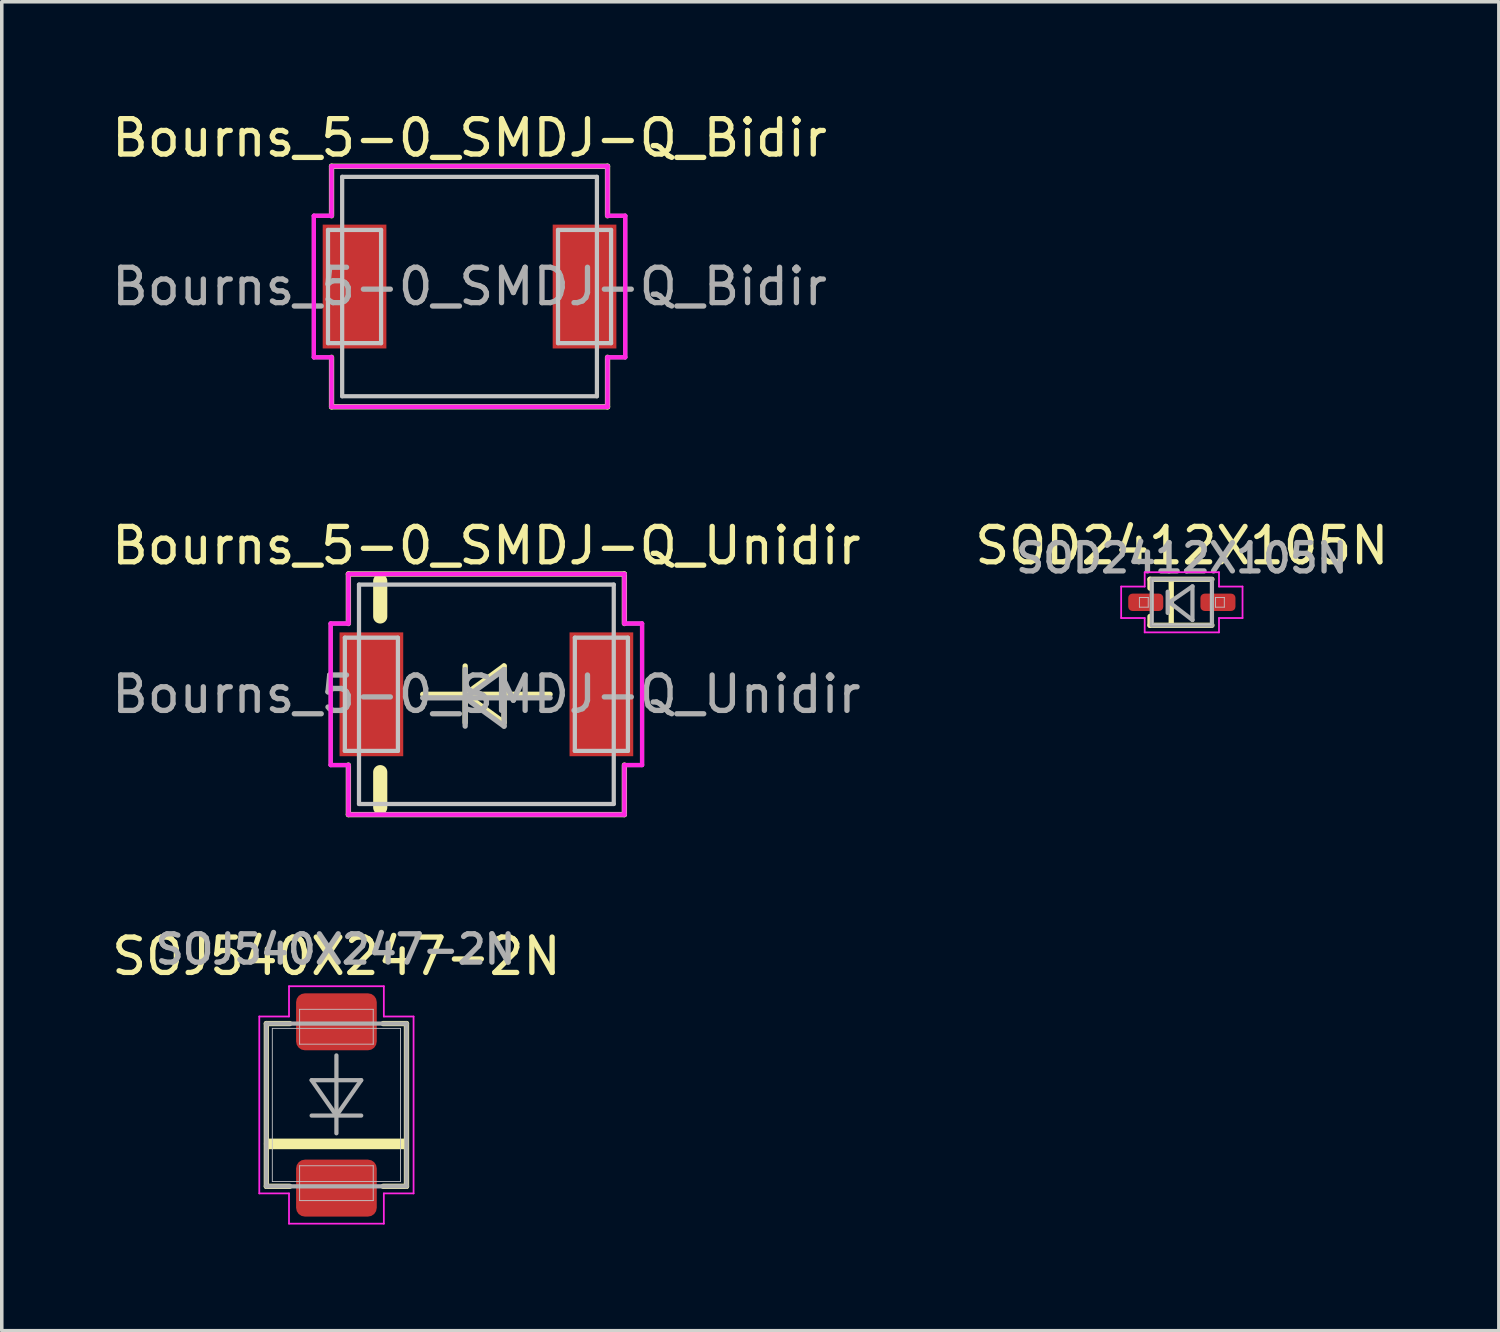
<source format=kicad_pcb>
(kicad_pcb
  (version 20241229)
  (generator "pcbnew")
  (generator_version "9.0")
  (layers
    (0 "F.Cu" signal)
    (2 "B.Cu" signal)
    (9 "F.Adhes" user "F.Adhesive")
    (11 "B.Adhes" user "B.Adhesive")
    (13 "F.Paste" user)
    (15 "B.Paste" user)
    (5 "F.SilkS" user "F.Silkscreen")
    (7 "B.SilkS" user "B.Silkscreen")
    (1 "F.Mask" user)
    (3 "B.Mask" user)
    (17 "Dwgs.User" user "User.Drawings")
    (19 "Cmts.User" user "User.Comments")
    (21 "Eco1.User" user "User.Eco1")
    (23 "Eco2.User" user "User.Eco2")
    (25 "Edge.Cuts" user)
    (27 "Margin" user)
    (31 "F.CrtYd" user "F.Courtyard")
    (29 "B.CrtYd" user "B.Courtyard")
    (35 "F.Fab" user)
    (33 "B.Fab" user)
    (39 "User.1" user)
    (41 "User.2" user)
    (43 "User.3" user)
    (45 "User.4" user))
  (footprint "SOD2412X105N"
    (layer "F.Cu")
    (at 30.351 13.972)
    (property "Reference" "SOD2412X105N" (at 0 -1.6 0) (layer "F.SilkS") (effects (font (size 1 1) (thickness 0.15))))
    (attr smd)
    (fp_line (start -0.9 -0.65) (end 0.85 -0.65) (stroke (width 0.15) (type solid)) (layer "F.SilkS"))
    (fp_line (start -0.9 -0.4) (end -0.9 -0.65) (stroke (width 0.15) (type solid)) (layer "F.SilkS"))
    (fp_line (start -0.9 0.65) (end -0.9 0.4) (stroke (width 0.15) (type solid)) (layer "F.SilkS"))
    (fp_line (start -0.3 -0.6) (end -0.3 0.6) (stroke (width 0.15) (type solid)) (layer "F.SilkS"))
    (fp_line (start 0.85 0.65) (end -0.9 0.65) (stroke (width 0.15) (type solid)) (layer "F.SilkS"))
    (fp_line (start -1.2 -0.138) (end -0.95 -0.138) (stroke (width 0.025) (type solid)) (layer "Dwgs.User"))
    (fp_line (start -1.2 0.138) (end -1.2 -0.138) (stroke (width 0.025) (type solid)) (layer "Dwgs.User"))
    (fp_line (start -0.95 -0.138) (end -0.95 0.138) (stroke (width 0.025) (type solid)) (layer "Dwgs.User"))
    (fp_line (start -0.95 0.138) (end -1.2 0.138) (stroke (width 0.025) (type solid)) (layer "Dwgs.User"))
    (fp_line (start -0.825 -0.625) (end 0.825 -0.625) (stroke (width 0.025) (type solid)) (layer "Dwgs.User"))
    (fp_line (start -0.825 0.625) (end -0.825 -0.625) (stroke (width 0.025) (type solid)) (layer "Dwgs.User"))
    (fp_line (start 0.825 -0.625) (end 0.825 0.625) (stroke (width 0.025) (type solid)) (layer "Dwgs.User"))
    (fp_line (start 0.825 0.625) (end -0.825 0.625) (stroke (width 0.025) (type solid)) (layer "Dwgs.User"))
    (fp_line (start 0.95 -0.138) (end 1.2 -0.138) (stroke (width 0.025) (type solid)) (layer "Dwgs.User"))
    (fp_line (start 0.95 0.138) (end 0.95 -0.138) (stroke (width 0.025) (type solid)) (layer "Dwgs.User"))
    (fp_line (start 1.2 -0.138) (end 1.2 0.138) (stroke (width 0.025) (type solid)) (layer "Dwgs.User"))
    (fp_line (start 1.2 0.138) (end 0.95 0.138) (stroke (width 0.025) (type solid)) (layer "Dwgs.User"))
    (fp_line (start -1.715 -0.445) (end -1.715 0.445) (stroke (width 0.05) (type solid)) (layer "F.CrtYd"))
    (fp_line (start -1.715 0.445) (end -1.05 0.445) (stroke (width 0.05) (type solid)) (layer "F.CrtYd"))
    (fp_line (start -1.05 -0.85) (end -1.05 -0.445) (stroke (width 0.05) (type solid)) (layer "F.CrtYd"))
    (fp_line (start -1.05 -0.445) (end -1.715 -0.445) (stroke (width 0.05) (type solid)) (layer "F.CrtYd"))
    (fp_line (start -1.05 0.445) (end -1.05 0.85) (stroke (width 0.05) (type solid)) (layer "F.CrtYd"))
    (fp_line (start -1.05 0.85) (end 1.05 0.85) (stroke (width 0.05) (type solid)) (layer "F.CrtYd"))
    (fp_line (start 1.05 -0.85) (end -1.05 -0.85) (stroke (width 0.05) (type solid)) (layer "F.CrtYd"))
    (fp_line (start 1.05 -0.445) (end 1.05 -0.85) (stroke (width 0.05) (type solid)) (layer "F.CrtYd"))
    (fp_line (start 1.05 0.445) (end 1.715 0.445) (stroke (width 0.05) (type solid)) (layer "F.CrtYd"))
    (fp_line (start 1.05 0.85) (end 1.05 0.445) (stroke (width 0.05) (type solid)) (layer "F.CrtYd"))
    (fp_line (start 1.715 -0.445) (end 1.05 -0.445) (stroke (width 0.05) (type solid)) (layer "F.CrtYd"))
    (fp_line (start 1.715 0.445) (end 1.715 -0.445) (stroke (width 0.05) (type solid)) (layer "F.CrtYd"))
    (fp_line (start -0.85 -0.65) (end 0.85 -0.65) (stroke (width 0.12) (type solid)) (layer "F.Fab"))
    (fp_line (start -0.85 0.65) (end -0.85 -0.65) (stroke (width 0.12) (type solid)) (layer "F.Fab"))
    (fp_line (start -0.4 -0.3) (end -0.4 0.3) (stroke (width 0.12) (type solid)) (layer "F.Fab"))
    (fp_line (start -0.35 0) (end 0.3 0.5) (stroke (width 0.12) (type solid)) (layer "F.Fab"))
    (fp_line (start 0.3 -0.45) (end -0.35 0) (stroke (width 0.12) (type solid)) (layer "F.Fab"))
    (fp_line (start 0.3 0.5) (end 0.3 -0.45) (stroke (width 0.12) (type solid)) (layer "F.Fab"))
    (fp_line (start 0.85 -0.65) (end 0.85 0.65) (stroke (width 0.12) (type solid)) (layer "F.Fab"))
    (fp_line (start 0.85 0.65) (end -0.85 0.65) (stroke (width 0.12) (type solid)) (layer "F.Fab"))
    (fp_text user "${REFERENCE}" (at 0 -1.25 0) (layer "F.Fab") (effects (font (size 0.8 0.8) (thickness 0.15))))
    (pad "A" smd roundrect (at 1.02 0) (size 0.99 0.49) (layers "F.Cu" "F.Mask" "F.Paste") (roundrect_rratio 0.245))
    (pad "K" smd roundrect (at -1.02 0) (size 0.99 0.49) (layers "F.Cu" "F.Mask" "F.Paste") (roundrect_rratio 0.245)))
  (footprint "Bourns_5-0_SMDJ-Q_Unidir"
    (layer "F.Cu")
    (at 10.696 16.572)
    (property "Reference" "Bourns_5-0_SMDJ-Q_Unidir" (at 0 -4.2 0) (layer "F.SilkS") (effects (font (size 1 1) (thickness 0.15))))
    (attr smd)
    (fp_line (start -3.9 -3.4) (end 3.9 -3.4) (stroke (width 0.15) (type solid)) (layer "F.SilkS"))
    (fp_line (start -3.9 -2) (end -3.9 -3.4) (stroke (width 0.15) (type solid)) (layer "F.SilkS"))
    (fp_line (start -3.9 2) (end -3.9 3.4) (stroke (width 0.15) (type solid)) (layer "F.SilkS"))
    (fp_line (start -3.9 3.4) (end 3.9 3.4) (stroke (width 0.15) (type solid)) (layer "F.SilkS"))
    (fp_line (start -3 -3.2) (end -3 -2.2) (stroke (width 0.4) (type solid)) (layer "F.SilkS"))
    (fp_line (start -3 2.2) (end -3 3.2) (stroke (width 0.4) (type solid)) (layer "F.SilkS"))
    (fp_line (start -0.6 -0.8) (end -0.6 0.8) (stroke (width 0.15) (type solid)) (layer "F.SilkS"))
    (fp_line (start -0.6 0) (end 0.5 -0.8) (stroke (width 0.15) (type solid)) (layer "F.SilkS"))
    (fp_line (start 0.5 -0.8) (end 0.5 0.8) (stroke (width 0.15) (type solid)) (layer "F.SilkS"))
    (fp_line (start 0.5 0.8) (end -0.6 0) (stroke (width 0.15) (type solid)) (layer "F.SilkS"))
    (fp_line (start 1.8 0) (end -1.8 0) (stroke (width 0.15) (type solid)) (layer "F.SilkS"))
    (fp_line (start 3.9 -3.4) (end 3.9 -2) (stroke (width 0.15) (type solid)) (layer "F.SilkS"))
    (fp_line (start 3.9 3.4) (end 3.9 2) (stroke (width 0.15) (type solid)) (layer "F.SilkS"))
    (fp_line (start -4 1.6) (end -4 -1.6) (stroke (width 0.12) (type solid)) (layer "Dwgs.User"))
    (fp_line (start -3.6 -3.1) (end -3.6 3.1) (stroke (width 0.12) (type solid)) (layer "Dwgs.User"))
    (fp_line (start -3.6 -3.1) (end 3.6 -3.1) (stroke (width 0.12) (type solid)) (layer "Dwgs.User"))
    (fp_line (start -3.6 3.1) (end 3.6 3.1) (stroke (width 0.12) (type solid)) (layer "Dwgs.User"))
    (fp_line (start -2.5 -1.6) (end -4 -1.6) (stroke (width 0.12) (type solid)) (layer "Dwgs.User"))
    (fp_line (start -2.5 -1.6) (end -2.5 1.6) (stroke (width 0.12) (type solid)) (layer "Dwgs.User"))
    (fp_line (start -2.5 1.6) (end -4 1.6) (stroke (width 0.12) (type solid)) (layer "Dwgs.User"))
    (fp_line (start 2.5 1.6) (end 2.5 -1.6) (stroke (width 0.12) (type solid)) (layer "Dwgs.User"))
    (fp_line (start 3.6 -3.1) (end 3.6 3.1) (stroke (width 0.12) (type solid)) (layer "Dwgs.User"))
    (fp_line (start 4 -1.6) (end 2.5 -1.6) (stroke (width 0.12) (type solid)) (layer "Dwgs.User"))
    (fp_line (start 4 -1.6) (end 4 1.6) (stroke (width 0.12) (type solid)) (layer "Dwgs.User"))
    (fp_line (start 4 1.6) (end 2.5 1.6) (stroke (width 0.12) (type solid)) (layer "Dwgs.User"))
    (fp_line (start -4.4 -2) (end -3.9 -2) (stroke (width 0.12) (type solid)) (layer "F.CrtYd"))
    (fp_line (start -4.4 2) (end -4.4 -2) (stroke (width 0.12) (type solid)) (layer "F.CrtYd"))
    (fp_line (start -3.9 -3.4) (end 3.9 -3.4) (stroke (width 0.12) (type solid)) (layer "F.CrtYd"))
    (fp_line (start -3.9 -2) (end -3.9 -3.4) (stroke (width 0.12) (type solid)) (layer "F.CrtYd"))
    (fp_line (start -3.9 2) (end -4.4 2) (stroke (width 0.12) (type solid)) (layer "F.CrtYd"))
    (fp_line (start -3.9 3.4) (end -3.9 2) (stroke (width 0.12) (type solid)) (layer "F.CrtYd"))
    (fp_line (start 3.9 -3.4) (end 3.9 -2) (stroke (width 0.12) (type solid)) (layer "F.CrtYd"))
    (fp_line (start 3.9 -2) (end 4.4 -2) (stroke (width 0.12) (type solid)) (layer "F.CrtYd"))
    (fp_line (start 3.9 2) (end 3.9 3.4) (stroke (width 0.12) (type solid)) (layer "F.CrtYd"))
    (fp_line (start 3.9 3.4) (end -3.9 3.4) (stroke (width 0.12) (type solid)) (layer "F.CrtYd"))
    (fp_line (start 4.4 -2) (end 4.4 2) (stroke (width 0.12) (type solid)) (layer "F.CrtYd"))
    (fp_line (start 4.4 2) (end 3.9 2) (stroke (width 0.12) (type solid)) (layer "F.CrtYd"))
    (fp_line (start -4.4 -2) (end -3.9 -2) (stroke (width 0.12) (type solid)) (layer "F.Fab"))
    (fp_line (start -4.4 2) (end -4.4 -2) (stroke (width 0.12) (type solid)) (layer "F.Fab"))
    (fp_line (start -3.9 -3.4) (end 3.9 -3.4) (stroke (width 0.12) (type solid)) (layer "F.Fab"))
    (fp_line (start -3.9 -2) (end -3.9 -3.4) (stroke (width 0.12) (type solid)) (layer "F.Fab"))
    (fp_line (start -3.9 2) (end -4.4 2) (stroke (width 0.12) (type solid)) (layer "F.Fab"))
    (fp_line (start -3.9 3.4) (end -3.9 2) (stroke (width 0.12) (type solid)) (layer "F.Fab"))
    (fp_line (start -0.6 -0.7) (end -0.6 0.9) (stroke (width 0.15) (type solid)) (layer "F.Fab"))
    (fp_line (start -0.6 0.1) (end 0.5 -0.7) (stroke (width 0.15) (type solid)) (layer "F.Fab"))
    (fp_line (start 0.5 -0.7) (end 0.5 0.9) (stroke (width 0.15) (type solid)) (layer "F.Fab"))
    (fp_line (start 0.5 0.9) (end -0.6 0.1) (stroke (width 0.15) (type solid)) (layer "F.Fab"))
    (fp_line (start 1.8 0.1) (end -1.8 0.1) (stroke (width 0.15) (type solid)) (layer "F.Fab"))
    (fp_line (start 3.9 -3.4) (end 3.9 -2) (stroke (width 0.12) (type solid)) (layer "F.Fab"))
    (fp_line (start 3.9 -2) (end 4.4 -2) (stroke (width 0.12) (type solid)) (layer "F.Fab"))
    (fp_line (start 3.9 2) (end 3.9 3.4) (stroke (width 0.12) (type solid)) (layer "F.Fab"))
    (fp_line (start 3.9 3.4) (end -3.9 3.4) (stroke (width 0.12) (type solid)) (layer "F.Fab"))
    (fp_line (start 4.4 -2) (end 4.4 2) (stroke (width 0.12) (type solid)) (layer "F.Fab"))
    (fp_line (start 4.4 2) (end 3.9 2) (stroke (width 0.12) (type solid)) (layer "F.Fab"))
    (fp_text user "${REFERENCE}" (at 0 0 0) (layer "F.Fab") (effects (font (size 1 1) (thickness 0.15))))
    (pad "A" smd rect (at 3.25 0) (size 1.8 3.5) (layers "F.Cu" "F.Mask" "F.Paste"))
    (pad "K" smd rect (at -3.25 0) (size 1.8 3.5) (layers "F.Cu" "F.Mask" "F.Paste")))
  (footprint "SOJ540X247-2N"
    (layer "F.Cu")
    (at 6.458 28.178)
    (property "Reference" "SOJ540X247-2N" (at 0 -4.2 0) (layer "F.SilkS") (effects (font (size 1 1) (thickness 0.15))))
    (attr smd)
    (fp_line (start -1.98 -2.3) (end -1.32 -2.3) (stroke (width 0.15) (type solid)) (layer "F.SilkS"))
    (fp_line (start -1.98 2.3) (end -1.98 -2.3) (stroke (width 0.15) (type solid)) (layer "F.SilkS"))
    (fp_line (start -1.9 1.1) (end 1.9 1.1) (stroke (width 0.3) (type solid)) (layer "F.SilkS"))
    (fp_line (start -1.32 2.3) (end -1.98 2.3) (stroke (width 0.15) (type solid)) (layer "F.SilkS"))
    (fp_line (start 1.32 2.3) (end 1.98 2.3) (stroke (width 0.15) (type solid)) (layer "F.SilkS"))
    (fp_line (start 1.98 -2.3) (end 1.32 -2.3) (stroke (width 0.15) (type solid)) (layer "F.SilkS"))
    (fp_line (start 1.98 2.3) (end 1.98 -2.3) (stroke (width 0.15) (type solid)) (layer "F.SilkS"))
    (fp_line (start -1.812 -2.165) (end 1.812 -2.165) (stroke (width 0.025) (type solid)) (layer "Dwgs.User"))
    (fp_line (start -1.812 2.165) (end -1.812 -2.165) (stroke (width 0.025) (type solid)) (layer "Dwgs.User"))
    (fp_line (start -1.04 -2.703) (end 1.04 -2.703) (stroke (width 0.025) (type solid)) (layer "Dwgs.User"))
    (fp_line (start -1.04 -1.718) (end -1.04 -2.703) (stroke (width 0.025) (type solid)) (layer "Dwgs.User"))
    (fp_line (start -1.04 1.718) (end 1.04 1.718) (stroke (width 0.025) (type solid)) (layer "Dwgs.User"))
    (fp_line (start -1.04 2.703) (end -1.04 1.718) (stroke (width 0.025) (type solid)) (layer "Dwgs.User"))
    (fp_line (start 1.04 -2.703) (end 1.04 -1.718) (stroke (width 0.025) (type solid)) (layer "Dwgs.User"))
    (fp_line (start 1.04 -1.718) (end -1.04 -1.718) (stroke (width 0.025) (type solid)) (layer "Dwgs.User"))
    (fp_line (start 1.04 1.718) (end 1.04 2.703) (stroke (width 0.025) (type solid)) (layer "Dwgs.User"))
    (fp_line (start 1.04 2.703) (end -1.04 2.703) (stroke (width 0.025) (type solid)) (layer "Dwgs.User"))
    (fp_line (start 1.812 -2.165) (end 1.812 2.165) (stroke (width 0.025) (type solid)) (layer "Dwgs.User"))
    (fp_line (start 1.812 2.165) (end -1.812 2.165) (stroke (width 0.025) (type solid)) (layer "Dwgs.User"))
    (fp_line (start -2.18 -2.5) (end -2.18 2.5) (stroke (width 0.05) (type solid)) (layer "F.CrtYd"))
    (fp_line (start -2.18 2.5) (end -1.34 2.5) (stroke (width 0.05) (type solid)) (layer "F.CrtYd"))
    (fp_line (start -1.34 -3.355) (end -1.34 -2.5) (stroke (width 0.05) (type solid)) (layer "F.CrtYd"))
    (fp_line (start -1.34 -2.5) (end -2.18 -2.5) (stroke (width 0.05) (type solid)) (layer "F.CrtYd"))
    (fp_line (start -1.34 2.5) (end -1.34 3.355) (stroke (width 0.05) (type solid)) (layer "F.CrtYd"))
    (fp_line (start -1.34 3.355) (end 1.34 3.355) (stroke (width 0.05) (type solid)) (layer "F.CrtYd"))
    (fp_line (start 1.34 -3.355) (end -1.34 -3.355) (stroke (width 0.05) (type solid)) (layer "F.CrtYd"))
    (fp_line (start 1.34 -2.5) (end 1.34 -3.355) (stroke (width 0.05) (type solid)) (layer "F.CrtYd"))
    (fp_line (start 1.34 2.5) (end 2.18 2.5) (stroke (width 0.05) (type solid)) (layer "F.CrtYd"))
    (fp_line (start 1.34 3.355) (end 1.34 2.5) (stroke (width 0.05) (type solid)) (layer "F.CrtYd"))
    (fp_line (start 2.18 -2.5) (end 1.34 -2.5) (stroke (width 0.05) (type solid)) (layer "F.CrtYd"))
    (fp_line (start 2.18 2.5) (end 2.18 -2.5) (stroke (width 0.05) (type solid)) (layer "F.CrtYd"))
    (fp_line (start -1.98 -2.3) (end 1.98 -2.3) (stroke (width 0.12) (type solid)) (layer "F.Fab"))
    (fp_line (start -1.98 2.3) (end -1.98 -2.3) (stroke (width 0.12) (type solid)) (layer "F.Fab"))
    (fp_line (start -0.7 -0.7) (end 0.7 -0.7) (stroke (width 0.12) (type solid)) (layer "F.Fab"))
    (fp_line (start -0.7 0.3) (end 0.7 0.3) (stroke (width 0.12) (type solid)) (layer "F.Fab"))
    (fp_line (start 0 -1.4) (end 0 0.8) (stroke (width 0.12) (type solid)) (layer "F.Fab"))
    (fp_line (start 0 0.3) (end -0.7 -0.7) (stroke (width 0.12) (type solid)) (layer "F.Fab"))
    (fp_line (start 0.7 -0.7) (end 0 0.3) (stroke (width 0.12) (type solid)) (layer "F.Fab"))
    (fp_line (start 1.98 -2.3) (end 1.98 2.3) (stroke (width 0.12) (type solid)) (layer "F.Fab"))
    (fp_line (start 1.98 2.3) (end -1.98 2.3) (stroke (width 0.12) (type solid)) (layer "F.Fab"))
    (fp_text user "${REFERENCE}" (at -0.025 -4.4 0) (layer "F.Fab") (effects (font (size 0.8 0.8) (thickness 0.15))))
    (pad "A" smd roundrect (at 0 -2.35 90) (size 1.61 2.28) (layers "F.Cu" "F.Mask" "F.Paste") (roundrect_rratio 0.155))
    (pad "K" smd roundrect (at 0 2.35 90) (size 1.61 2.28) (layers "F.Cu" "F.Mask" "F.Paste") (roundrect_rratio 0.155)))
  (footprint "Bourns_5-0_SMDJ-Q_Bidir"
    (layer "F.Cu")
    (at 10.22 5.048)
    (property "Reference" "Bourns_5-0_SMDJ-Q_Bidir" (at 0 -4.2 0) (layer "F.SilkS") (effects (font (size 1 1) (thickness 0.15))))
    (attr smd)
    (fp_line (start -3.9 -3.4) (end 3.9 -3.4) (stroke (width 0.15) (type solid)) (layer "F.SilkS"))
    (fp_line (start -3.9 -2) (end -3.9 -3.4) (stroke (width 0.15) (type solid)) (layer "F.SilkS"))
    (fp_line (start -3.9 2) (end -3.9 3.4) (stroke (width 0.15) (type solid)) (layer "F.SilkS"))
    (fp_line (start -3.9 3.4) (end 3.9 3.4) (stroke (width 0.15) (type solid)) (layer "F.SilkS"))
    (fp_line (start 3.9 -3.4) (end 3.9 -2) (stroke (width 0.15) (type solid)) (layer "F.SilkS"))
    (fp_line (start 3.9 3.4) (end 3.9 2) (stroke (width 0.15) (type solid)) (layer "F.SilkS"))
    (fp_line (start -4 1.6) (end -4 -1.6) (stroke (width 0.12) (type solid)) (layer "Dwgs.User"))
    (fp_line (start -3.6 -3.1) (end -3.6 3.1) (stroke (width 0.12) (type solid)) (layer "Dwgs.User"))
    (fp_line (start -3.6 -3.1) (end 3.6 -3.1) (stroke (width 0.12) (type solid)) (layer "Dwgs.User"))
    (fp_line (start -3.6 3.1) (end 3.6 3.1) (stroke (width 0.12) (type solid)) (layer "Dwgs.User"))
    (fp_line (start -2.5 -1.6) (end -4 -1.6) (stroke (width 0.12) (type solid)) (layer "Dwgs.User"))
    (fp_line (start -2.5 -1.6) (end -2.5 1.6) (stroke (width 0.12) (type solid)) (layer "Dwgs.User"))
    (fp_line (start -2.5 1.6) (end -4 1.6) (stroke (width 0.12) (type solid)) (layer "Dwgs.User"))
    (fp_line (start 2.5 1.6) (end 2.5 -1.6) (stroke (width 0.12) (type solid)) (layer "Dwgs.User"))
    (fp_line (start 3.6 -3.1) (end 3.6 3.1) (stroke (width 0.12) (type solid)) (layer "Dwgs.User"))
    (fp_line (start 4 -1.6) (end 2.5 -1.6) (stroke (width 0.12) (type solid)) (layer "Dwgs.User"))
    (fp_line (start 4 -1.6) (end 4 1.6) (stroke (width 0.12) (type solid)) (layer "Dwgs.User"))
    (fp_line (start 4 1.6) (end 2.5 1.6) (stroke (width 0.12) (type solid)) (layer "Dwgs.User"))
    (fp_line (start -4.4 -2) (end -3.9 -2) (stroke (width 0.12) (type solid)) (layer "F.CrtYd"))
    (fp_line (start -4.4 2) (end -4.4 -2) (stroke (width 0.12) (type solid)) (layer "F.CrtYd"))
    (fp_line (start -3.9 -3.4) (end 3.9 -3.4) (stroke (width 0.12) (type solid)) (layer "F.CrtYd"))
    (fp_line (start -3.9 -2) (end -3.9 -3.4) (stroke (width 0.12) (type solid)) (layer "F.CrtYd"))
    (fp_line (start -3.9 2) (end -4.4 2) (stroke (width 0.12) (type solid)) (layer "F.CrtYd"))
    (fp_line (start -3.9 3.4) (end -3.9 2) (stroke (width 0.12) (type solid)) (layer "F.CrtYd"))
    (fp_line (start 3.9 -3.4) (end 3.9 -2) (stroke (width 0.12) (type solid)) (layer "F.CrtYd"))
    (fp_line (start 3.9 -2) (end 4.4 -2) (stroke (width 0.12) (type solid)) (layer "F.CrtYd"))
    (fp_line (start 3.9 2) (end 3.9 3.4) (stroke (width 0.12) (type solid)) (layer "F.CrtYd"))
    (fp_line (start 3.9 3.4) (end -3.9 3.4) (stroke (width 0.12) (type solid)) (layer "F.CrtYd"))
    (fp_line (start 4.4 -2) (end 4.4 2) (stroke (width 0.12) (type solid)) (layer "F.CrtYd"))
    (fp_line (start 4.4 2) (end 3.9 2) (stroke (width 0.12) (type solid)) (layer "F.CrtYd"))
    (fp_line (start -4.4 -2) (end -3.9 -2) (stroke (width 0.12) (type solid)) (layer "F.Fab"))
    (fp_line (start -4.4 2) (end -4.4 -2) (stroke (width 0.12) (type solid)) (layer "F.Fab"))
    (fp_line (start -3.9 -3.4) (end 3.9 -3.4) (stroke (width 0.12) (type solid)) (layer "F.Fab"))
    (fp_line (start -3.9 -2) (end -3.9 -3.4) (stroke (width 0.12) (type solid)) (layer "F.Fab"))
    (fp_line (start -3.9 2) (end -4.4 2) (stroke (width 0.12) (type solid)) (layer "F.Fab"))
    (fp_line (start -3.9 3.4) (end -3.9 2) (stroke (width 0.12) (type solid)) (layer "F.Fab"))
    (fp_line (start 3.9 -3.4) (end 3.9 -2) (stroke (width 0.12) (type solid)) (layer "F.Fab"))
    (fp_line (start 3.9 -2) (end 4.4 -2) (stroke (width 0.12) (type solid)) (layer "F.Fab"))
    (fp_line (start 3.9 2) (end 3.9 3.4) (stroke (width 0.12) (type solid)) (layer "F.Fab"))
    (fp_line (start 3.9 3.4) (end -3.9 3.4) (stroke (width 0.12) (type solid)) (layer "F.Fab"))
    (fp_line (start 4.4 -2) (end 4.4 2) (stroke (width 0.12) (type solid)) (layer "F.Fab"))
    (fp_line (start 4.4 2) (end 3.9 2) (stroke (width 0.12) (type solid)) (layer "F.Fab"))
    (fp_text user "${REFERENCE}" (at 0 0 0) (layer "F.Fab") (effects (font (size 1 1) (thickness 0.15))))
    (pad "1" smd rect (at -3.25 0) (size 1.8 3.5) (layers "F.Cu" "F.Mask" "F.Paste"))
    (pad "2" smd rect (at 3.25 0) (size 1.8 3.5) (layers "F.Cu" "F.Mask" "F.Paste")))
  (gr_rect
    (start -3 -3)
    (end 39.31 34.558)
    (stroke (width 0.1) (type default))
    (fill no)
    (layer "Edge.Cuts")))
</source>
